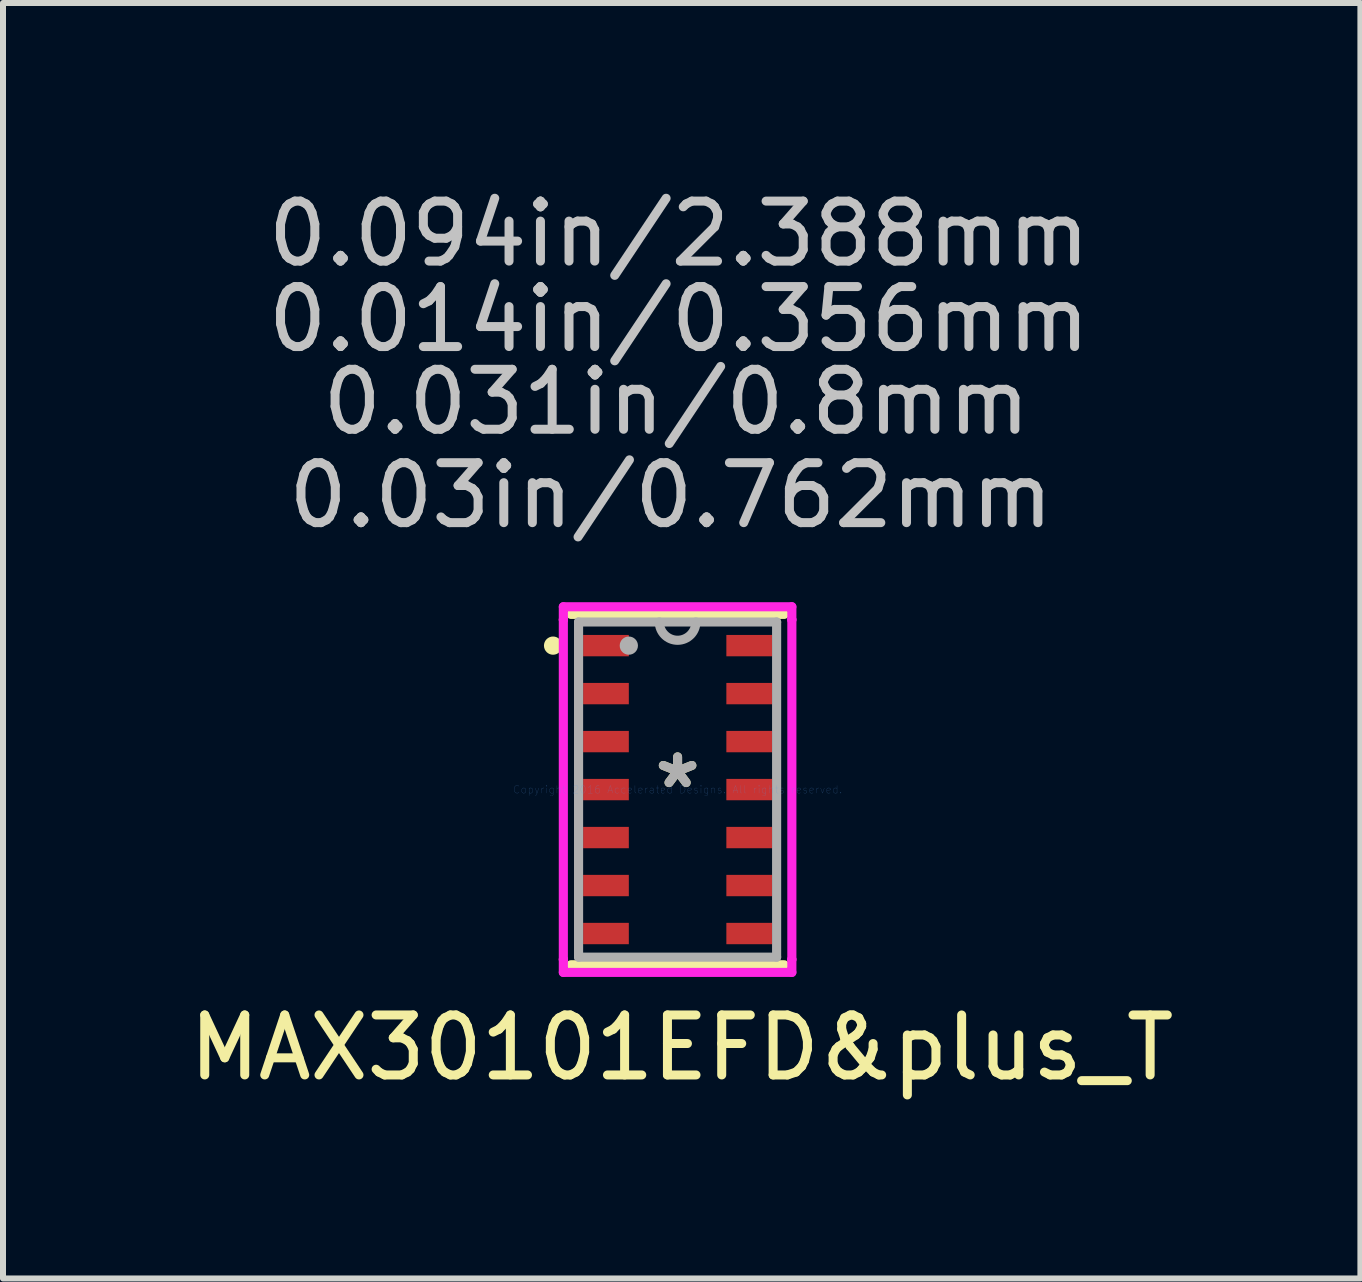
<source format=kicad_pcb>
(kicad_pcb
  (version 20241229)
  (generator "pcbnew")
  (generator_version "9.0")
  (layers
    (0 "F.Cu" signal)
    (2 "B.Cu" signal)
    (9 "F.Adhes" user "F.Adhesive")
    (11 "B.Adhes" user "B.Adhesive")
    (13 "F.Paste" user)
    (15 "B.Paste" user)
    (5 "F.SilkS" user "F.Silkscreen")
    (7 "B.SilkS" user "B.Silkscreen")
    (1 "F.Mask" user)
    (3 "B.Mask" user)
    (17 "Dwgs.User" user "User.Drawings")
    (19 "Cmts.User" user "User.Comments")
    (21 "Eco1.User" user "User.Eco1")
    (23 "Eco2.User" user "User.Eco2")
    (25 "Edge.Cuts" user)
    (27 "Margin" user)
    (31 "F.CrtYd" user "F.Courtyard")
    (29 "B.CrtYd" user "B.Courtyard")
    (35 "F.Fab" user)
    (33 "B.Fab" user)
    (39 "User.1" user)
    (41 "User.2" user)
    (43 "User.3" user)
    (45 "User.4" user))
  (footprint "MAX30101EFD&plus_T"
    (layer "F.Cu")
    (at 8.247 10.114)
    (property "Reference" "MAX30101EFD&plus_T" (at 0.069 4.303 0) (layer "F.SilkS") (effects (font (size 1 1) (thickness 0.15))))
    (attr through_hole)
    (fp_line (start -1.778 2.921) (end 1.778 2.921) (stroke (width 0.152) (type solid)) (layer "F.SilkS"))
    (fp_line (start 1.778 -2.921) (end -1.778 -2.921) (stroke (width 0.152) (type solid)) (layer "F.SilkS"))
    (fp_circle (center -2.076 -2.4) (end -2 -2.4) (stroke (width 0.152) (type solid)) (fill no) (layer "F.SilkS"))
    (fp_line (start -1.905 -3.048) (end 1.905 -3.048) (stroke (width 0.152) (type solid)) (layer "F.CrtYd"))
    (fp_line (start -1.905 -2.832) (end -1.905 -3.048) (stroke (width 0.152) (type solid)) (layer "F.CrtYd"))
    (fp_line (start -1.905 -2.832) (end -1.905 -2.832) (stroke (width 0.152) (type solid)) (layer "F.CrtYd"))
    (fp_line (start -1.905 2.832) (end -1.905 -2.832) (stroke (width 0.152) (type solid)) (layer "F.CrtYd"))
    (fp_line (start -1.905 2.832) (end -1.905 2.832) (stroke (width 0.152) (type solid)) (layer "F.CrtYd"))
    (fp_line (start -1.905 3.048) (end -1.905 2.832) (stroke (width 0.152) (type solid)) (layer "F.CrtYd"))
    (fp_line (start 1.905 -3.048) (end 1.905 -2.832) (stroke (width 0.152) (type solid)) (layer "F.CrtYd"))
    (fp_line (start 1.905 -2.832) (end 1.905 -2.832) (stroke (width 0.152) (type solid)) (layer "F.CrtYd"))
    (fp_line (start 1.905 -2.832) (end 1.905 2.832) (stroke (width 0.152) (type solid)) (layer "F.CrtYd"))
    (fp_line (start 1.905 2.832) (end 1.905 2.832) (stroke (width 0.152) (type solid)) (layer "F.CrtYd"))
    (fp_line (start 1.905 2.832) (end 1.905 3.048) (stroke (width 0.152) (type solid)) (layer "F.CrtYd"))
    (fp_line (start 1.905 3.048) (end -1.905 3.048) (stroke (width 0.152) (type solid)) (layer "F.CrtYd"))
    (fp_line (start -1.651 -2.794) (end -1.651 2.794) (stroke (width 0.152) (type solid)) (layer "F.Fab"))
    (fp_line (start -1.651 2.794) (end 1.651 2.794) (stroke (width 0.152) (type solid)) (layer "F.Fab"))
    (fp_line (start 1.651 -2.794) (end -1.651 -2.794) (stroke (width 0.152) (type solid)) (layer "F.Fab"))
    (fp_line (start 1.651 2.794) (end 1.651 -2.794) (stroke (width 0.152) (type solid)) (layer "F.Fab"))
    (fp_arc (start 0.3048 -2.794) (mid 0 -2.4892) (end -0.3048 -2.794) (stroke (width 0.1524) (type solid)) (layer "F.Fab"))
    (fp_circle (center -0.813 -2.4) (end -0.737 -2.4) (stroke (width 0.152) (type solid)) (fill no) (layer "F.Fab"))
    (fp_text user "*" (at 0 0 0) (layer "F.SilkS") (effects (font (size 1 1) (thickness 0.15))))
    (fp_text user "0.03in/0.762mm" (at -0.112 -4.905 0) (layer "Dwgs.User") (effects (font (size 1 1) (thickness 0.15))))
    (fp_text user "0.094in/2.388mm" (at 0.023 -9.266 0) (layer "Dwgs.User") (effects (font (size 1 1) (thickness 0.15))))
    (fp_text user "0.031in/0.8mm" (at -0.02 -6.462 0) (layer "Dwgs.User") (effects (font (size 1 1) (thickness 0.15))))
    (fp_text user "0.014in/0.356mm" (at 0.023 -7.841 0) (layer "Dwgs.User") (effects (font (size 1 1) (thickness 0.15))))
    (fp_text user "Copyright 2016 Accelerated Designs. All rights reserved." (at 0 0 0) (layer "Cmts.User") (effects (font (size 0.127 0.127) (thickness 0.002))))
    (fp_text user "*" (at 0 0 0) (layer "F.Fab") (effects (font (size 1 1) (thickness 0.15))))
    (pad "1" smd rect (at -1.194 -2.4) (size 0.762 0.356) (layers "F.Cu" "F.Mask" "F.Paste"))
    (pad "2" smd rect (at -1.194 -1.6) (size 0.762 0.356) (layers "F.Cu" "F.Mask" "F.Paste"))
    (pad "3" smd rect (at -1.194 -0.8) (size 0.762 0.356) (layers "F.Cu" "F.Mask" "F.Paste"))
    (pad "4" smd rect (at -1.194 0) (size 0.762 0.356) (layers "F.Cu" "F.Mask" "F.Paste"))
    (pad "5" smd rect (at -1.194 0.8) (size 0.762 0.356) (layers "F.Cu" "F.Mask" "F.Paste"))
    (pad "6" smd rect (at -1.194 1.6) (size 0.762 0.356) (layers "F.Cu" "F.Mask" "F.Paste"))
    (pad "7" smd rect (at -1.194 2.4) (size 0.762 0.356) (layers "F.Cu" "F.Mask" "F.Paste"))
    (pad "8" smd rect (at 1.194 2.4) (size 0.762 0.356) (layers "F.Cu" "F.Mask" "F.Paste"))
    (pad "9" smd rect (at 1.194 1.6) (size 0.762 0.356) (layers "F.Cu" "F.Mask" "F.Paste"))
    (pad "10" smd rect (at 1.194 0.8) (size 0.762 0.356) (layers "F.Cu" "F.Mask" "F.Paste"))
    (pad "11" smd rect (at 1.194 0) (size 0.762 0.356) (layers "F.Cu" "F.Mask" "F.Paste"))
    (pad "12" smd rect (at 1.194 -0.8) (size 0.762 0.356) (layers "F.Cu" "F.Mask" "F.Paste"))
    (pad "13" smd rect (at 1.194 -1.6) (size 0.762 0.356) (layers "F.Cu" "F.Mask" "F.Paste"))
    (pad "14" smd rect (at 1.194 -2.4) (size 0.762 0.356) (layers "F.Cu" "F.Mask" "F.Paste")))
  (gr_rect
    (start -3 -3)
    (end 19.631 18.265)
    (stroke (width 0.1) (type default))
    (fill no)
    (layer "Edge.Cuts")))
</source>
